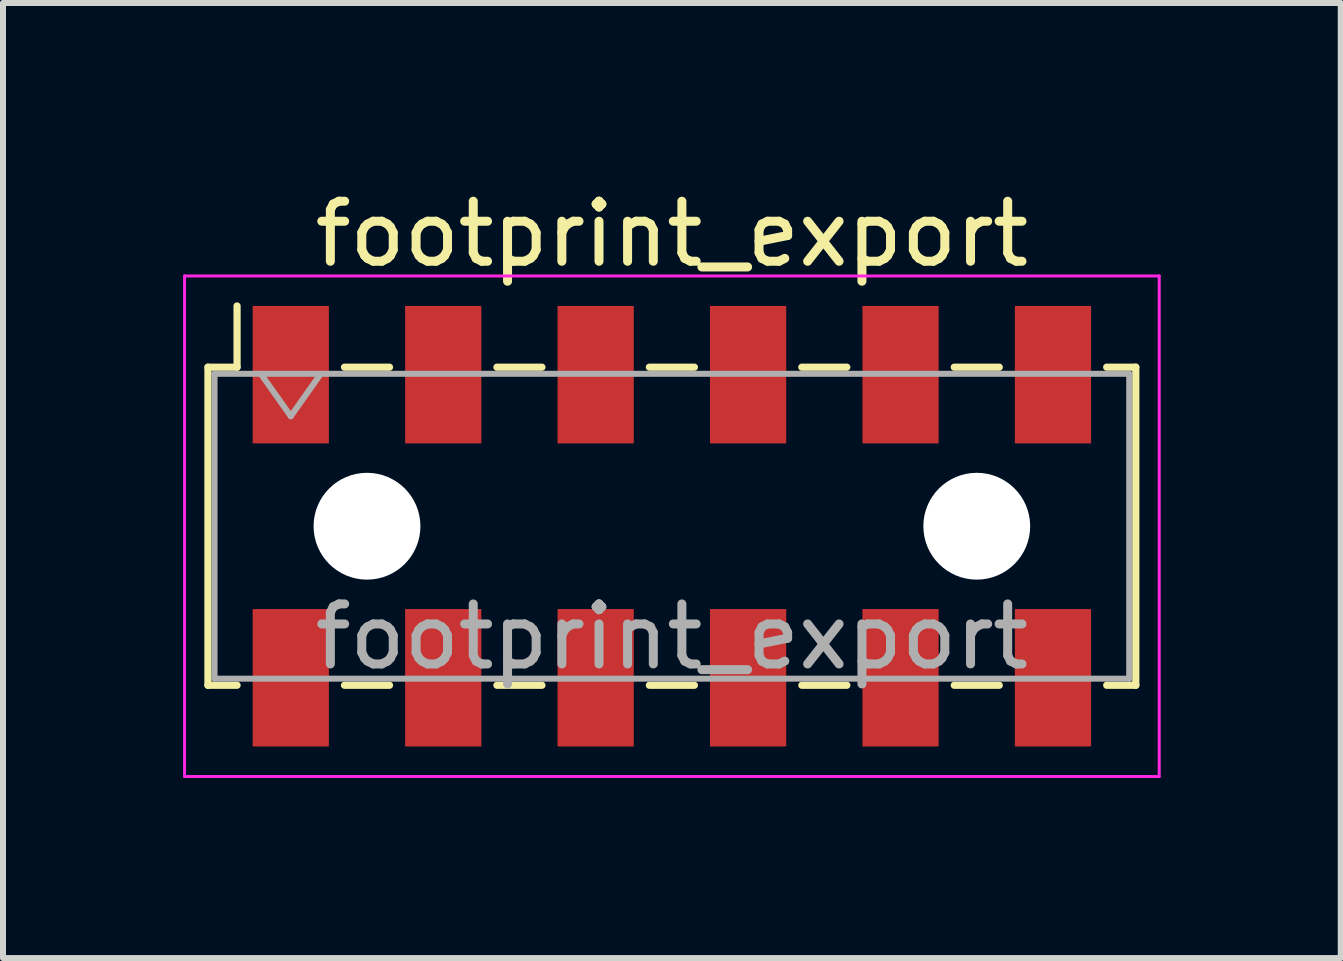
<source format=kicad_pcb>
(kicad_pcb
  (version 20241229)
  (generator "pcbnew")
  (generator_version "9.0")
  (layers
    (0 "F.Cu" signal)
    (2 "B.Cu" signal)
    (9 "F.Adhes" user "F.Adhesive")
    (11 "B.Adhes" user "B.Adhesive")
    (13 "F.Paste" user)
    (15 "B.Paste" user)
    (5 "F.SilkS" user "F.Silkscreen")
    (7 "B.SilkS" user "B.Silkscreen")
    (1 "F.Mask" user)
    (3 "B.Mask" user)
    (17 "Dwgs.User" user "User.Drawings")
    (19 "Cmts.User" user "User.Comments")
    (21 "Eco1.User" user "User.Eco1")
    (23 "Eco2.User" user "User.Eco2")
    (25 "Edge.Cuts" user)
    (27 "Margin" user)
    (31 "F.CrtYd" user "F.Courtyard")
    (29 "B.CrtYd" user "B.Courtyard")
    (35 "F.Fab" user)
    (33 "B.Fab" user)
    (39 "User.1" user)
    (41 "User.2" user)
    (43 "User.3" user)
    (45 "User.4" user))
  (footprint "footprint_export"
    (layer "F.Cu")
    (at 8.145 5.718)
    (property "Reference" "footprint_export" (at 0 -4.87 0) (layer "F.SilkS") (effects (font (size 1 1) (thickness 0.15))))
    (attr smd)
    (fp_line (start -7.73 -2.65) (end -7.73 2.65) (stroke (width 0.12) (type solid)) (layer "F.SilkS"))
    (fp_line (start -7.73 2.65) (end -7.245 2.65) (stroke (width 0.12) (type solid)) (layer "F.SilkS"))
    (fp_line (start -7.245 -3.67) (end -7.245 -2.65) (stroke (width 0.12) (type solid)) (layer "F.SilkS"))
    (fp_line (start -7.245 -2.65) (end -7.73 -2.65) (stroke (width 0.12) (type solid)) (layer "F.SilkS"))
    (fp_line (start -5.455 -2.65) (end -4.705 -2.65) (stroke (width 0.12) (type solid)) (layer "F.SilkS"))
    (fp_line (start -5.455 2.65) (end -4.705 2.65) (stroke (width 0.12) (type solid)) (layer "F.SilkS"))
    (fp_line (start -2.915 -2.65) (end -2.165 -2.65) (stroke (width 0.12) (type solid)) (layer "F.SilkS"))
    (fp_line (start -2.915 2.65) (end -2.165 2.65) (stroke (width 0.12) (type solid)) (layer "F.SilkS"))
    (fp_line (start -0.375 -2.65) (end 0.375 -2.65) (stroke (width 0.12) (type solid)) (layer "F.SilkS"))
    (fp_line (start -0.375 2.65) (end 0.375 2.65) (stroke (width 0.12) (type solid)) (layer "F.SilkS"))
    (fp_line (start 2.165 -2.65) (end 2.915 -2.65) (stroke (width 0.12) (type solid)) (layer "F.SilkS"))
    (fp_line (start 2.165 2.65) (end 2.915 2.65) (stroke (width 0.12) (type solid)) (layer "F.SilkS"))
    (fp_line (start 4.705 -2.65) (end 5.455 -2.65) (stroke (width 0.12) (type solid)) (layer "F.SilkS"))
    (fp_line (start 4.705 2.65) (end 5.455 2.65) (stroke (width 0.12) (type solid)) (layer "F.SilkS"))
    (fp_line (start 7.245 -2.65) (end 7.73 -2.65) (stroke (width 0.12) (type solid)) (layer "F.SilkS"))
    (fp_line (start 7.73 -2.65) (end 7.73 2.65) (stroke (width 0.12) (type solid)) (layer "F.SilkS"))
    (fp_line (start 7.73 2.65) (end 7.245 2.65) (stroke (width 0.12) (type solid)) (layer "F.SilkS"))
    (fp_line (start -8.12 -4.17) (end 8.12 -4.17) (stroke (width 0.05) (type solid)) (layer "F.CrtYd"))
    (fp_line (start -8.12 4.17) (end -8.12 -4.17) (stroke (width 0.05) (type solid)) (layer "F.CrtYd"))
    (fp_line (start 8.12 -4.17) (end 8.12 4.17) (stroke (width 0.05) (type solid)) (layer "F.CrtYd"))
    (fp_line (start 8.12 4.17) (end -8.12 4.17) (stroke (width 0.05) (type solid)) (layer "F.CrtYd"))
    (fp_line (start -7.62 -2.54) (end 7.62 -2.54) (stroke (width 0.1) (type solid)) (layer "F.Fab"))
    (fp_line (start -7.62 2.54) (end -7.62 -2.54) (stroke (width 0.1) (type solid)) (layer "F.Fab"))
    (fp_line (start -6.85 -2.54) (end -6.35 -1.833) (stroke (width 0.1) (type solid)) (layer "F.Fab"))
    (fp_line (start -6.35 -1.833) (end -5.85 -2.54) (stroke (width 0.1) (type solid)) (layer "F.Fab"))
    (fp_line (start 7.62 -2.54) (end 7.62 2.54) (stroke (width 0.1) (type solid)) (layer "F.Fab"))
    (fp_line (start 7.62 2.54) (end -7.62 2.54) (stroke (width 0.1) (type solid)) (layer "F.Fab"))
    (fp_text user "${REFERENCE}" (at 0 1.84 0) (layer "F.Fab") (effects (font (size 1 1) (thickness 0.15))))
    (pad "" np_thru_hole circle (at -5.08 0) (size 1.78 1.78) (drill 1.78) (layers "*.Cu" "*.Mask"))
    (pad "" np_thru_hole circle (at 5.08 0) (size 1.78 1.78) (drill 1.78) (layers "*.Cu" "*.Mask"))
    (pad "1" smd rect (at -6.35 -2.525) (size 1.27 2.29) (layers "F.Cu" "F.Mask" "F.Paste"))
    (pad "2" smd rect (at -6.35 2.525) (size 1.27 2.29) (layers "F.Cu" "F.Mask" "F.Paste"))
    (pad "3" smd rect (at -3.81 -2.525) (size 1.27 2.29) (layers "F.Cu" "F.Mask" "F.Paste"))
    (pad "4" smd rect (at -3.81 2.525) (size 1.27 2.29) (layers "F.Cu" "F.Mask" "F.Paste"))
    (pad "5" smd rect (at -1.27 -2.525) (size 1.27 2.29) (layers "F.Cu" "F.Mask" "F.Paste"))
    (pad "6" smd rect (at -1.27 2.525) (size 1.27 2.29) (layers "F.Cu" "F.Mask" "F.Paste"))
    (pad "7" smd rect (at 1.27 -2.525) (size 1.27 2.29) (layers "F.Cu" "F.Mask" "F.Paste"))
    (pad "8" smd rect (at 1.27 2.525) (size 1.27 2.29) (layers "F.Cu" "F.Mask" "F.Paste"))
    (pad "9" smd rect (at 3.81 -2.525) (size 1.27 2.29) (layers "F.Cu" "F.Mask" "F.Paste"))
    (pad "10" smd rect (at 3.81 2.525) (size 1.27 2.29) (layers "F.Cu" "F.Mask" "F.Paste"))
    (pad "11" smd rect (at 6.35 -2.525) (size 1.27 2.29) (layers "F.Cu" "F.Mask" "F.Paste"))
    (pad "12" smd rect (at 6.35 2.525) (size 1.27 2.29) (layers "F.Cu" "F.Mask" "F.Paste")))
  (gr_rect
    (start -3 -3)
    (end 19.29 12.913)
    (stroke (width 0.1) (type default))
    (fill no)
    (layer "Edge.Cuts")))
</source>
